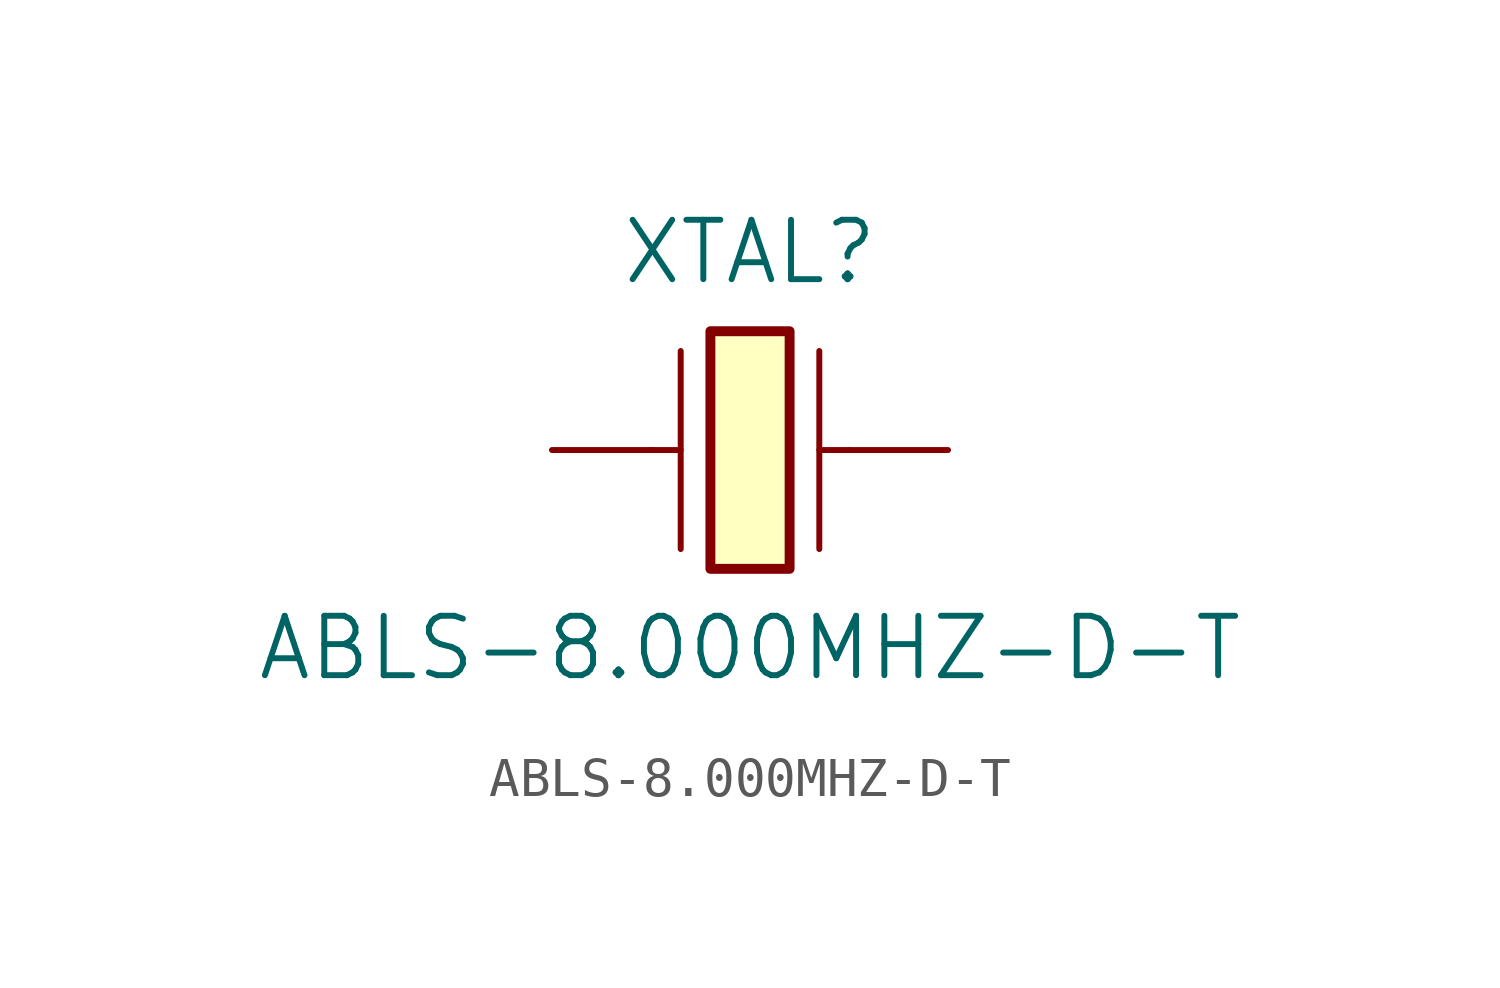
<source format=kicad_sym>
(kicad_symbol_lib
  (version 20241209)
  (generator "kicad_symbol_editor")
  (generator_version "9.0")
  (symbol "ABLS-8.000MHZ-D-T"
    (pin_numbers
      (hide yes))
    (pin_names
      (offset 0)
      (hide yes))
    (property "Reference" "XTAL"
      (at 0 5.08 0)
      (effects (font (size 1.524 1.524))))
    (property "Value" "ABLS-8.000MHZ-D-T"
      (at 0 -5.08 0)
      (effects (font (size 1.524 1.524))))
    (symbol "ABLS-8.000MHZ-D-T_1_1"
      (polyline (pts (xy -2.54 0) (xy -1.778 0)) (stroke (width 0) (type default)) (fill (type none)))
      (polyline (pts (xy -1.778 2.54) (xy -1.778 0) (xy -1.778 -2.54)) (stroke (width 0) (type default)) (fill (type none)))
      (rectangle (start -1.016 3.048) (end 1.016 -3.048) (stroke (width 0.254) (type default)) (fill (type background)))
      (polyline (pts (xy 1.778 2.54) (xy 1.778 0) (xy 1.778 -2.54)) (stroke (width 0) (type default)) (fill (type none)))
      (polyline (pts (xy 2.54 0) (xy 1.778 0)) (stroke (width 0) (type default)) (fill (type none)))
      (pin input line (at -5.08 0 0) (length 2.54) (name "1" (effects (font (size 1.27 1.27)))) (number "1" (effects (font (size 1.27 1.27)))))
      (pin input line (at 5.08 0 180) (length 2.54) (name "2" (effects (font (size 1.27 1.27)))) (number "2" (effects (font (size 1.27 1.27))))))))
</source>
